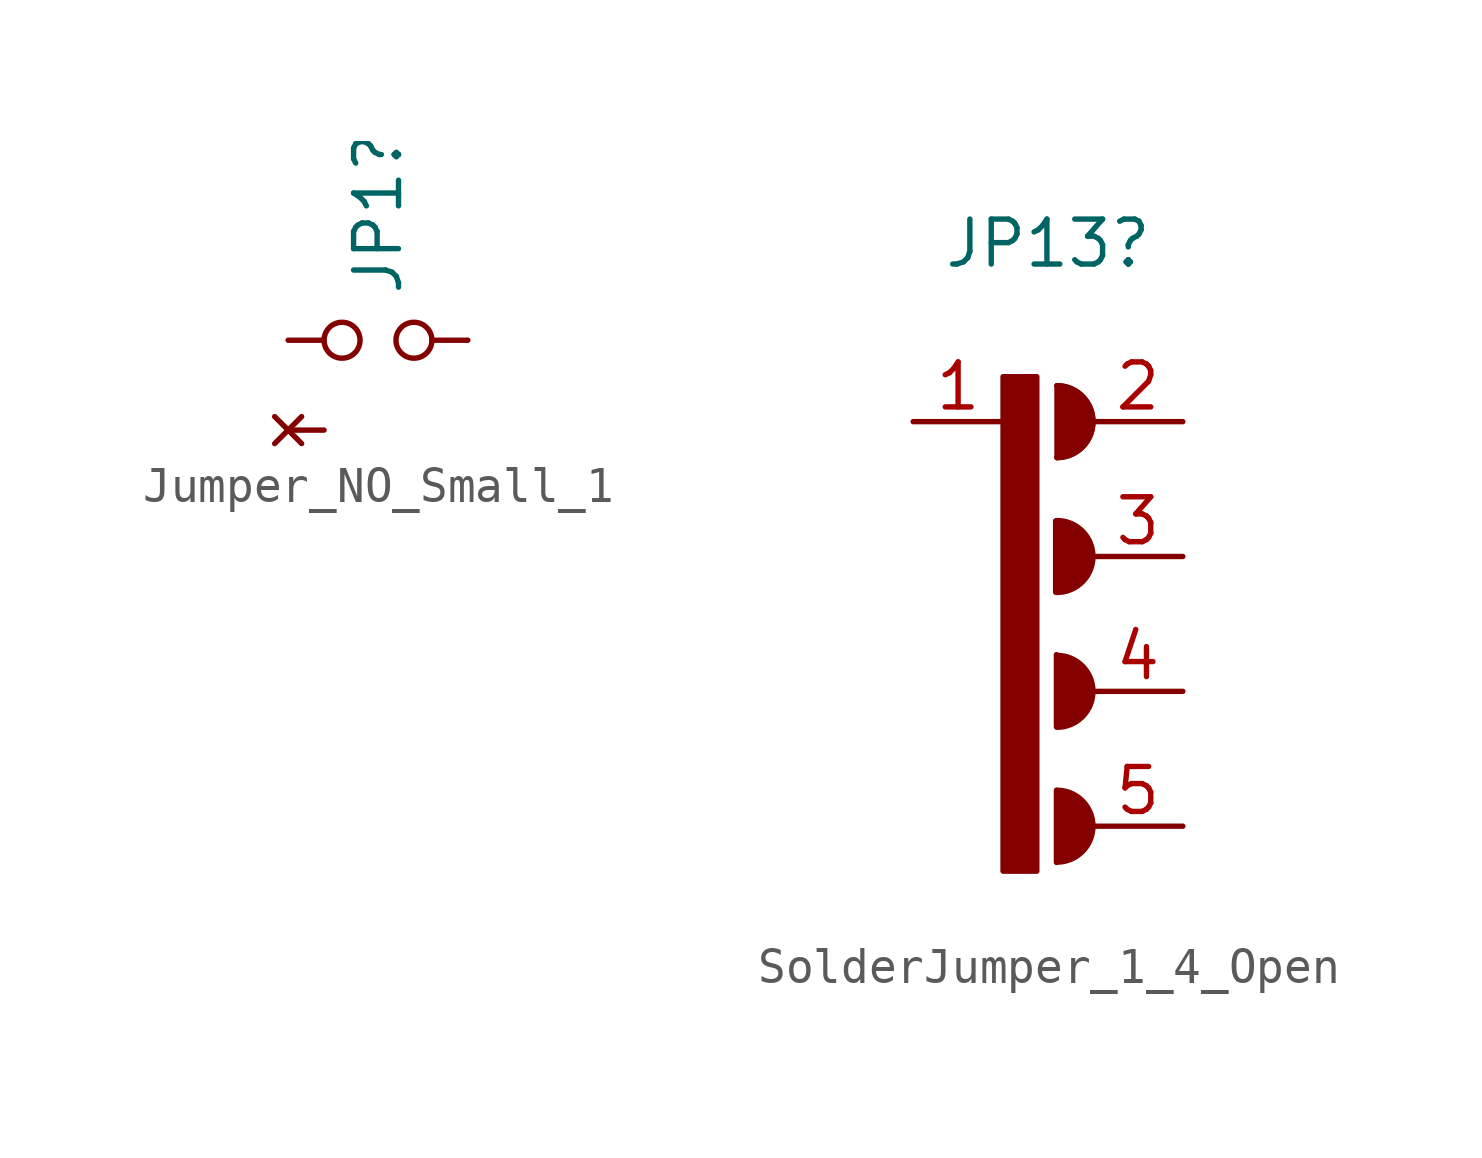
<source format=kicad_sym>
(kicad_symbol_lib
  (version 20220914)
  (generator kicad_symbol_editor)
  (symbol "Jumper_NO_Small_1"
    (pin_numbers hide)
    (pin_names
      (offset 0.762) hide)
    (property "Reference" "JP1"
      (at 0 1.219 90)
      (effects (font (size 1.27 1.27)) (justify left)))
    (symbol "Jumper_NO_Small_1_0_1"
      (circle (center -1.016 0) (radius 0.508) (stroke (width 0) (type default)) (fill (type none)))
      (circle (center 1.016 0) (radius 0.508) (stroke (width 0) (type default)) (fill (type none)))
      (pin passive line (at -2.54 0 0) (length 1.016) (name "1" (effects (font (size 1.27 1.27)))) (number "1" (effects (font (size 1.27 1.27)))))
      (pin passive line (at 2.54 0 180) (length 1.016) (name "2" (effects (font (size 1.27 1.27)))) (number "2" (effects (font (size 1.27 1.27))))))
    (symbol "Jumper_NO_Small_1_1_1"
      (pin no_connect line (at -2.54 -2.54 0) (length 1.016) (name "3" (effects (font (size 1.27 1.27)))) (number "3" (effects (font (size 1.27 1.27)))))))
  (symbol "SolderJumper_1_4_Open"
    (pin_names
      (offset 0) hide)
    (property "Reference" "JP13"
      (at 0 5.033 0)
      (effects (font (size 1.27 1.27))))
    (symbol "SolderJumper_1_4_Open_0_1"
      (polyline (pts (xy 0.215 -2.804) (xy 0.215 -4.818)) (stroke (width 0) (type default)) (fill (type none)))
      (polyline (pts (xy 0.238 -10.415) (xy 0.238 -12.453)) (stroke (width 0) (type default)) (fill (type none)))
      (polyline (pts (xy 0.238 -6.584) (xy 0.238 -8.621)) (stroke (width 0) (type default)) (fill (type none)))
      (polyline (pts (xy 0.254 1.016) (xy 0.254 -1.016)) (stroke (width 0) (type default)) (fill (type none)))
      (arc (start 0.254 -12.446) (mid 1.2656 -11.43) (end 0.254 -10.414) (stroke (width 0) (type default)) (fill (type outline)))
      (arc (start 0.254 -8.636) (mid 1.2656 -7.62) (end 0.254 -6.604) (stroke (width 0) (type default)) (fill (type outline)))
      (arc (start 0.254 -4.826) (mid 1.2656 -3.81) (end 0.254 -2.794) (stroke (width 0) (type default)) (fill (type outline)))
      (arc (start 0.254 -1.016) (mid 1.2656 0) (end 0.254 1.016) (stroke (width 0) (type default)) (fill (type none)))
      (arc (start 0.254 -1.016) (mid 1.2656 0) (end 0.254 1.016) (stroke (width 0) (type default)) (fill (type outline))))
    (symbol "SolderJumper_1_4_Open_1_1"
      (rectangle (start -1.27 1.27) (end -0.316 -12.7) (stroke (width 0) (type default)) (fill (type outline)))
      (pin passive line (at -3.81 0 0) (length 2.54) (name "A" (effects (font (size 1.27 1.27)))) (number "1" (effects (font (size 1.27 1.27)))))
      (pin passive line (at 3.81 0 180) (length 2.54) (name "B" (effects (font (size 1.27 1.27)))) (number "2" (effects (font (size 1.27 1.27)))))
      (pin passive line (at 3.81 -3.81 180) (length 2.54) (name "C" (effects (font (size 1.27 1.27)))) (number "3" (effects (font (size 1.27 1.27)))))
      (pin passive line (at 3.81 -7.62 180) (length 2.54) (name "D" (effects (font (size 1.27 1.27)))) (number "4" (effects (font (size 1.27 1.27)))))
      (pin passive line (at 3.81 -11.43 180) (length 2.54) (name "E" (effects (font (size 1.27 1.27)))) (number "5" (effects (font (size 1.27 1.27))))))))
</source>
